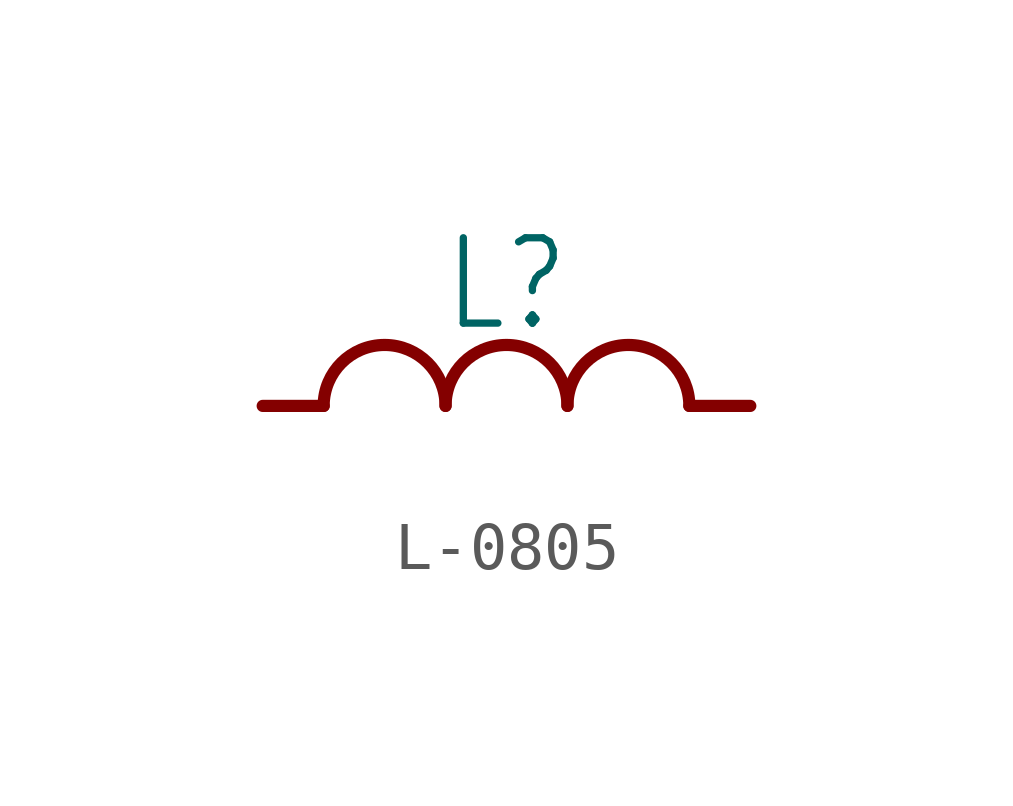
<source format=kicad_sym>
(kicad_symbol_lib
  (version 20231120)
  (generator "kicad_symbol_editor")
  (generator_version "8.0")
  (symbol "L-0805"
    (property "Reference" "L"
      (at 0 2.54 0)
      (effects (font (size 1.778 1.511))))
    (property "Value" ""
      (at 0 -1.27 0)
      (effects (font (size 1.778 1.511))))
    (property "ki_locked" ""
      (at 0 0 0)
      (effects (font (size 1.27 1.27))))
    (symbol "L-0805_1_0"
      (arc (start -1.27 0) (mid -2.54 1.27) (end -3.81 0) (stroke (width 0.254) (type solid)) (fill (type none)))
      (polyline (pts (xy -5.08 0) (xy -3.81 0)) (stroke (width 0.254) (type solid)) (fill (type none)))
      (polyline (pts (xy 3.81 0) (xy 5.08 0)) (stroke (width 0.254) (type solid)) (fill (type none)))
      (arc (start 1.27 0) (mid 0 1.27) (end -1.27 0) (stroke (width 0.254) (type solid)) (fill (type none)))
      (arc (start 3.81 0) (mid 2.54 1.27) (end 1.27 0) (stroke (width 0.254) (type solid)) (fill (type none)))
      (pin passive line (at -5.08 0 0) (length 0) (name "1" (effects (font (size 0 0)))) (number "1" (effects (font (size 0 0)))))
      (pin passive line (at 5.08 0 180) (length 0) (name "2" (effects (font (size 0 0)))) (number "2" (effects (font (size 0 0))))))))
</source>
